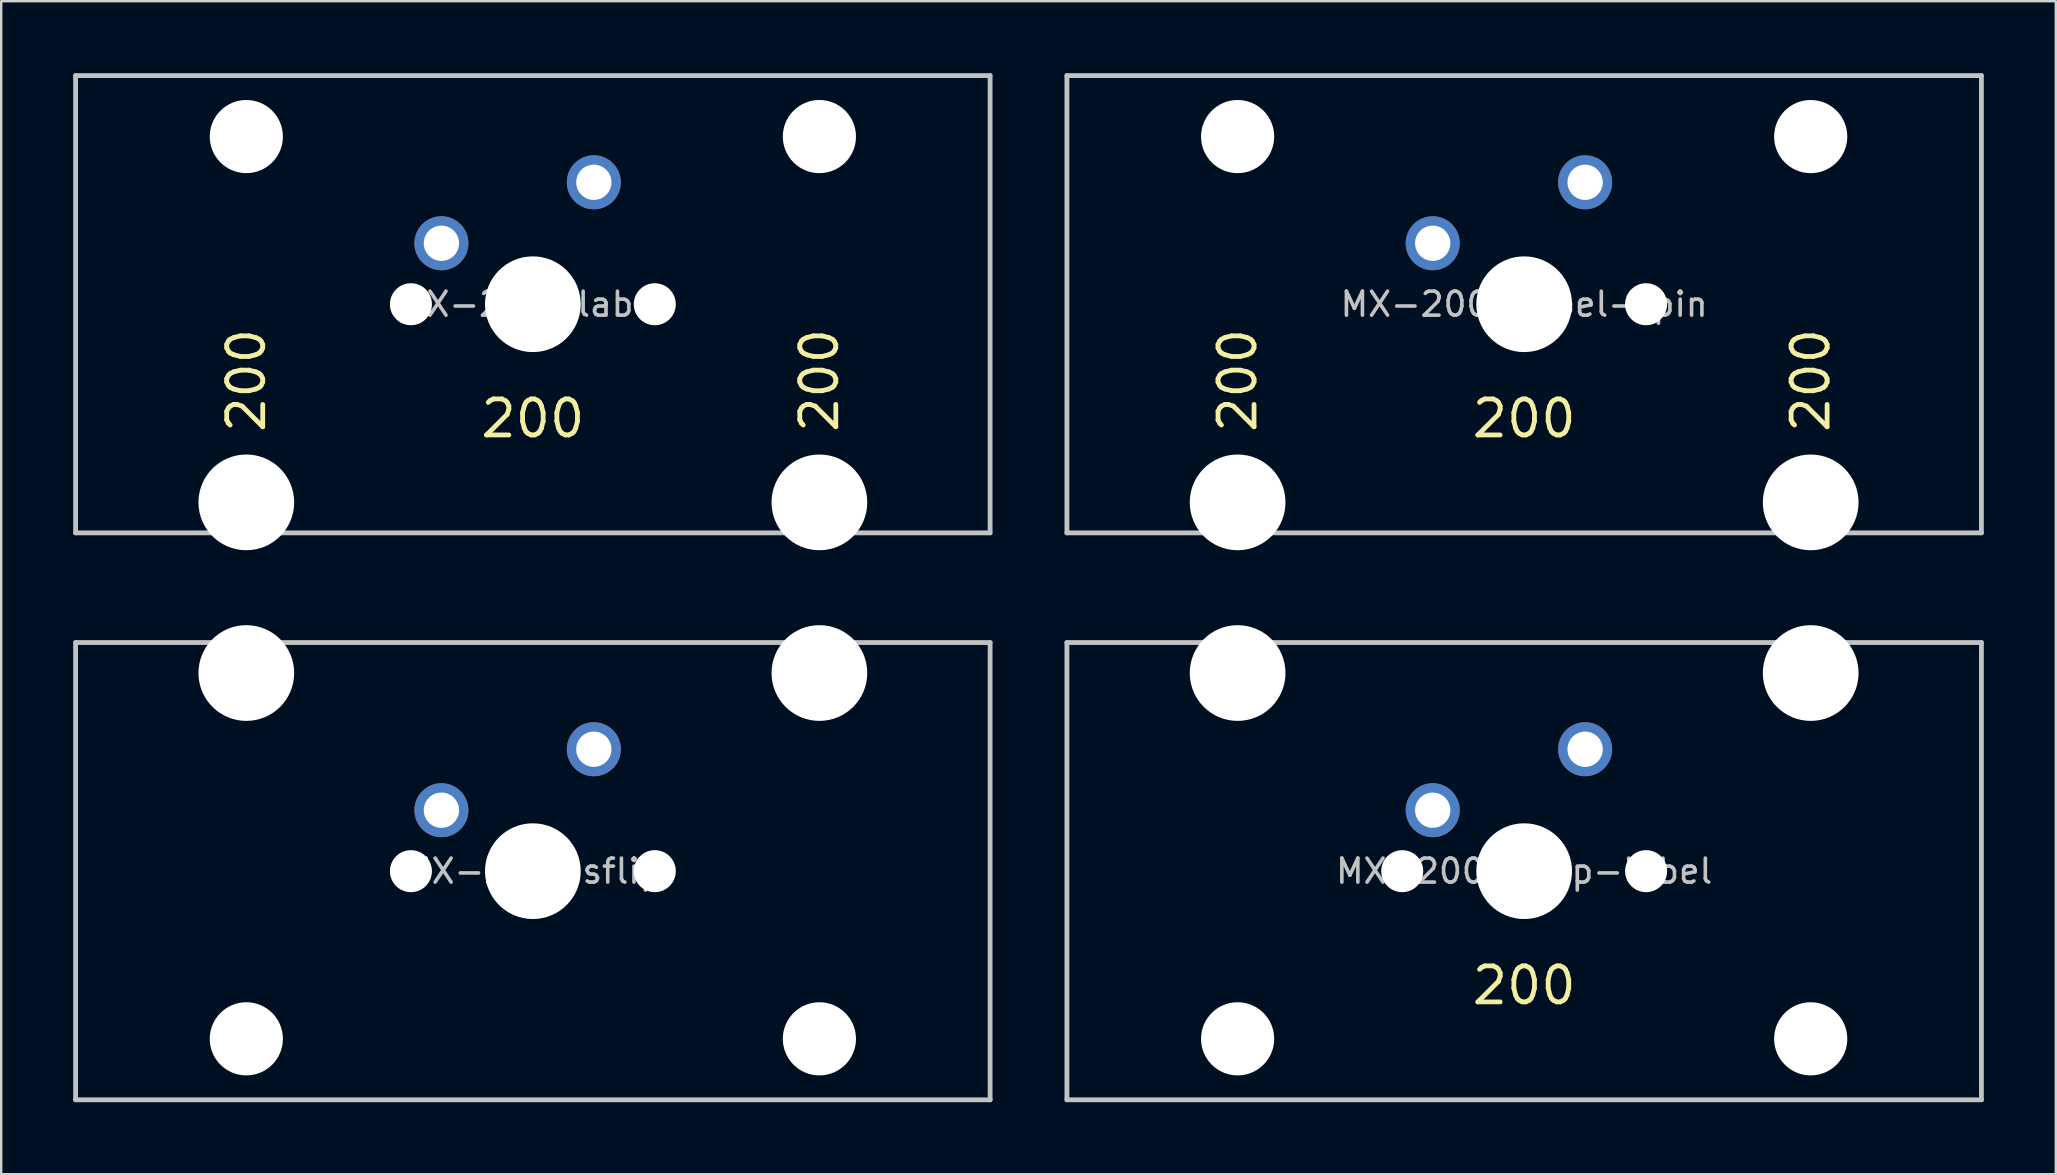
<source format=kicad_pcb>
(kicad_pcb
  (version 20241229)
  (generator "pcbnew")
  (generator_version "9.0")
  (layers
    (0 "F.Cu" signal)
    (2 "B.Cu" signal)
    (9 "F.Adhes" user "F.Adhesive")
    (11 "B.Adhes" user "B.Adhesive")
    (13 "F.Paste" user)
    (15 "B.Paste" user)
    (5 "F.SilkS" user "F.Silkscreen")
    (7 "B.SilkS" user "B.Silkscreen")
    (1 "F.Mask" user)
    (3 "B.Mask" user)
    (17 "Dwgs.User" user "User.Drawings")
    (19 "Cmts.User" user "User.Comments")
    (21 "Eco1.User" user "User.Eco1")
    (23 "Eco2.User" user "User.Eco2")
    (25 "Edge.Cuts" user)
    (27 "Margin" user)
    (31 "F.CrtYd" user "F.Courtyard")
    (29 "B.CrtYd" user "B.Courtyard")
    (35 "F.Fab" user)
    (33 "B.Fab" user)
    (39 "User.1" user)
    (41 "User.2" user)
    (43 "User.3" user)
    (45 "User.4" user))
  (footprint "MX-200-sflip-label"
    (layer "F.Cu")
    (at 60.45 33.245)
    (property "Reference" "MX-200-sflip-label" (at 0 0 0) (layer "Dwgs.User") (effects (font (size 1 1) (thickness 0.15))))
    (attr through_hole)
    (fp_line (start -19.05 -9.525) (end 19.05 -9.525) (stroke (width 0.2) (type solid)) (layer "Dwgs.User"))
    (fp_line (start -19.05 9.525) (end -19.05 -9.525) (stroke (width 0.2) (type solid)) (layer "Dwgs.User"))
    (fp_line (start -19.05 9.525) (end 19.05 9.525) (stroke (width 0.2) (type solid)) (layer "Dwgs.User"))
    (fp_line (start 19.05 -9.525) (end 19.05 9.525) (stroke (width 0.2) (type solid)) (layer "Dwgs.User"))
    (fp_line (start -15.368 -10.25) (end -15.368 8.95) (stroke (width 0.12) (type solid)) (layer "Eco1.User"))
    (fp_line (start -15.368 8.95) (end -8.508 8.95) (stroke (width 0.12) (type solid)) (layer "Eco1.User"))
    (fp_line (start -8.508 -7) (end -7 -7) (stroke (width 0.12) (type solid)) (layer "Eco1.User"))
    (fp_line (start -8.508 8.95) (end -8.508 -7) (stroke (width 0.12) (type solid)) (layer "Eco1.User"))
    (fp_line (start -7 7) (end -7 -7) (stroke (width 0.12) (type solid)) (layer "Eco1.User"))
    (fp_line (start 7 -7) (end 8.508 -7) (stroke (width 0.12) (type solid)) (layer "Eco1.User"))
    (fp_line (start 7 7) (end -7 7) (stroke (width 0.12) (type solid)) (layer "Eco1.User"))
    (fp_line (start 7 7) (end 7 -7) (stroke (width 0.12) (type solid)) (layer "Eco1.User"))
    (fp_line (start 8.508 -7) (end 8.508 8.95) (stroke (width 0.12) (type solid)) (layer "Eco1.User"))
    (fp_line (start 8.508 8.95) (end 15.368 8.95) (stroke (width 0.12) (type solid)) (layer "Eco1.User"))
    (fp_line (start 15.368 -10.25) (end -15.368 -10.25) (stroke (width 0.12) (type solid)) (layer "Eco1.User"))
    (fp_line (start 15.368 8.95) (end 15.368 -10.25) (stroke (width 0.12) (type solid)) (layer "Eco1.User"))
    (fp_circle (center -11.938 6.985) (end -14.438 6.985) (stroke (width 0.12) (type solid)) (fill no) (layer "Eco2.User"))
    (fp_circle (center 11.938 6.985) (end 9.438 6.985) (stroke (width 0.12) (type solid)) (fill no) (layer "Eco2.User"))
    (fp_text user "200" (at 0 4.763 0) (layer "F.SilkS") (effects (font (size 1.5 1.5) (thickness 0.2))))
    (pad "" np_thru_hole circle (at -11.938 -8.255 180) (size 3.988 3.988) (drill 3.988) (layers "*.Cu" "*.Mask"))
    (pad "" np_thru_hole circle (at -11.938 6.985 180) (size 3.048 3.048) (drill 3.048) (layers "*.Cu" "*.Mask"))
    (pad "" np_thru_hole circle (at -5.08 0) (size 1.75 1.75) (drill 1.75) (layers "*.Cu" "*.Mask"))
    (pad "" np_thru_hole circle (at 0 0) (size 3.988 3.988) (drill 3.988) (layers "*.Cu" "*.Mask"))
    (pad "" np_thru_hole circle (at 5.08 0) (size 1.75 1.75) (drill 1.75) (layers "*.Cu" "*.Mask"))
    (pad "" np_thru_hole circle (at 11.938 -8.255 180) (size 3.988 3.988) (drill 3.988) (layers "*.Cu" "*.Mask"))
    (pad "" np_thru_hole circle (at 11.938 6.985 180) (size 3.048 3.048) (drill 3.048) (layers "*.Cu" "*.Mask"))
    (pad "1" thru_hole circle (at 2.54 -5.08) (size 2.25 2.25) (drill 1.47) (layers "*.Cu" "B.Mask"))
    (pad "2" thru_hole circle (at -3.81 -2.54) (size 2.25 2.25) (drill 1.47) (layers "*.Cu" "B.Mask")))
  (footprint "MX-200-sflip"
    (layer "F.Cu")
    (at 19.15 33.245)
    (property "Reference" "MX-200-sflip" (at 0 0 0) (layer "Dwgs.User") (effects (font (size 1 1) (thickness 0.15))))
    (attr through_hole)
    (fp_line (start -19.05 -9.525) (end 19.05 -9.525) (stroke (width 0.2) (type solid)) (layer "Dwgs.User"))
    (fp_line (start -19.05 9.525) (end -19.05 -9.525) (stroke (width 0.2) (type solid)) (layer "Dwgs.User"))
    (fp_line (start -19.05 9.525) (end 19.05 9.525) (stroke (width 0.2) (type solid)) (layer "Dwgs.User"))
    (fp_line (start 19.05 -9.525) (end 19.05 9.525) (stroke (width 0.2) (type solid)) (layer "Dwgs.User"))
    (fp_line (start -15.368 -10.25) (end -15.368 8.95) (stroke (width 0.12) (type solid)) (layer "Eco1.User"))
    (fp_line (start -15.368 8.95) (end -8.508 8.95) (stroke (width 0.12) (type solid)) (layer "Eco1.User"))
    (fp_line (start -8.508 -7) (end -7 -7) (stroke (width 0.12) (type solid)) (layer "Eco1.User"))
    (fp_line (start -8.508 8.95) (end -8.508 -7) (stroke (width 0.12) (type solid)) (layer "Eco1.User"))
    (fp_line (start -7 7) (end -7 -7) (stroke (width 0.12) (type solid)) (layer "Eco1.User"))
    (fp_line (start 7 -7) (end 8.508 -7) (stroke (width 0.12) (type solid)) (layer "Eco1.User"))
    (fp_line (start 7 7) (end -7 7) (stroke (width 0.12) (type solid)) (layer "Eco1.User"))
    (fp_line (start 7 7) (end 7 -7) (stroke (width 0.12) (type solid)) (layer "Eco1.User"))
    (fp_line (start 8.508 -7) (end 8.508 8.95) (stroke (width 0.12) (type solid)) (layer "Eco1.User"))
    (fp_line (start 8.508 8.95) (end 15.368 8.95) (stroke (width 0.12) (type solid)) (layer "Eco1.User"))
    (fp_line (start 15.368 -10.25) (end -15.368 -10.25) (stroke (width 0.12) (type solid)) (layer "Eco1.User"))
    (fp_line (start 15.368 8.95) (end 15.368 -10.25) (stroke (width 0.12) (type solid)) (layer "Eco1.User"))
    (fp_circle (center -11.938 6.985) (end -14.438 6.985) (stroke (width 0.12) (type solid)) (fill no) (layer "Eco2.User"))
    (fp_circle (center 11.938 6.985) (end 9.438 6.985) (stroke (width 0.12) (type solid)) (fill no) (layer "Eco2.User"))
    (pad "" np_thru_hole circle (at -11.938 -8.255 180) (size 3.988 3.988) (drill 3.988) (layers "*.Cu" "*.Mask"))
    (pad "" np_thru_hole circle (at -11.938 6.985 180) (size 3.048 3.048) (drill 3.048) (layers "*.Cu" "*.Mask"))
    (pad "" np_thru_hole circle (at -5.08 0) (size 1.75 1.75) (drill 1.75) (layers "*.Cu" "*.Mask"))
    (pad "" np_thru_hole circle (at 0 0) (size 3.988 3.988) (drill 3.988) (layers "*.Cu" "*.Mask"))
    (pad "" np_thru_hole circle (at 5.08 0) (size 1.75 1.75) (drill 1.75) (layers "*.Cu" "*.Mask"))
    (pad "" np_thru_hole circle (at 11.938 -8.255 180) (size 3.988 3.988) (drill 3.988) (layers "*.Cu" "*.Mask"))
    (pad "" np_thru_hole circle (at 11.938 6.985 180) (size 3.048 3.048) (drill 3.048) (layers "*.Cu" "*.Mask"))
    (pad "1" thru_hole circle (at 2.54 -5.08) (size 2.25 2.25) (drill 1.47) (layers "*.Cu" "B.Mask"))
    (pad "2" thru_hole circle (at -3.81 -2.54) (size 2.25 2.25) (drill 1.47) (layers "*.Cu" "B.Mask")))
  (footprint "MX-200-label-rpin"
    (layer "F.Cu")
    (at 60.45 9.625)
    (property "Reference" "MX-200-label-rpin" (at 0 0 0) (layer "Dwgs.User") (effects (font (size 1 1) (thickness 0.15))))
    (attr through_hole)
    (fp_line (start -19.05 9.525) (end -19.05 -9.525) (stroke (width 0.2) (type solid)) (layer "Dwgs.User"))
    (fp_line (start 19.05 -9.525) (end -19.05 -9.525) (stroke (width 0.2) (type solid)) (layer "Dwgs.User"))
    (fp_line (start 19.05 -9.525) (end 19.05 9.525) (stroke (width 0.2) (type solid)) (layer "Dwgs.User"))
    (fp_line (start 19.05 9.525) (end -19.05 9.525) (stroke (width 0.2) (type solid)) (layer "Dwgs.User"))
    (fp_line (start -15.368 -8.95) (end -15.368 10.25) (stroke (width 0.12) (type solid)) (layer "Eco1.User"))
    (fp_line (start -15.368 10.25) (end 15.368 10.25) (stroke (width 0.12) (type solid)) (layer "Eco1.User"))
    (fp_line (start -8.508 -8.95) (end -15.368 -8.95) (stroke (width 0.12) (type solid)) (layer "Eco1.User"))
    (fp_line (start -8.508 7) (end -8.508 -8.95) (stroke (width 0.12) (type solid)) (layer "Eco1.User"))
    (fp_line (start -7 -7) (end -7 7) (stroke (width 0.12) (type solid)) (layer "Eco1.User"))
    (fp_line (start -7 -7) (end 7 -7) (stroke (width 0.12) (type solid)) (layer "Eco1.User"))
    (fp_line (start -7 7) (end -8.508 7) (stroke (width 0.12) (type solid)) (layer "Eco1.User"))
    (fp_line (start 7 -7) (end 7 7) (stroke (width 0.12) (type solid)) (layer "Eco1.User"))
    (fp_line (start 8.508 -8.95) (end 8.508 7) (stroke (width 0.12) (type solid)) (layer "Eco1.User"))
    (fp_line (start 8.508 7) (end 7 7) (stroke (width 0.12) (type solid)) (layer "Eco1.User"))
    (fp_line (start 15.368 -8.95) (end 8.508 -8.95) (stroke (width 0.12) (type solid)) (layer "Eco1.User"))
    (fp_line (start 15.368 10.25) (end 15.368 -8.95) (stroke (width 0.12) (type solid)) (layer "Eco1.User"))
    (fp_circle (center -11.938 -6.985) (end -9.438 -6.985) (stroke (width 0.12) (type solid)) (fill no) (layer "Eco2.User"))
    (fp_circle (center 11.938 -6.985) (end 14.438 -6.985) (stroke (width 0.12) (type solid)) (fill no) (layer "Eco2.User"))
    (fp_text user "200" (at -11.938 3.175 90) (layer "F.SilkS") (effects (font (size 1.5 1.5) (thickness 0.2))))
    (fp_text user "200" (at 11.938 3.175 90) (layer "F.SilkS") (effects (font (size 1.5 1.5) (thickness 0.2))))
    (fp_text user "200" (at 0 4.763 0) (layer "F.SilkS") (effects (font (size 1.5 1.5) (thickness 0.2))))
    (pad "" np_thru_hole circle (at -11.938 -6.985) (size 3.048 3.048) (drill 3.048) (layers "*.Cu" "*.Mask"))
    (pad "" np_thru_hole circle (at -11.938 8.255) (size 3.988 3.988) (drill 3.988) (layers "*.Cu" "*.Mask"))
    (pad "" np_thru_hole circle (at 0 0) (size 3.988 3.988) (drill 3.988) (layers "*.Cu" "*.Mask"))
    (pad "" np_thru_hole circle (at 5.08 0) (size 1.75 1.75) (drill 1.75) (layers "*.Cu" "*.Mask"))
    (pad "" np_thru_hole circle (at 11.938 -6.985) (size 3.048 3.048) (drill 3.048) (layers "*.Cu" "*.Mask"))
    (pad "" np_thru_hole circle (at 11.938 8.255) (size 3.988 3.988) (drill 3.988) (layers "*.Cu" "*.Mask"))
    (pad "1" thru_hole circle (at 2.54 -5.08) (size 2.25 2.25) (drill 1.47) (layers "*.Cu" "B.Mask"))
    (pad "2" thru_hole circle (at -3.81 -2.54) (size 2.25 2.25) (drill 1.47) (layers "*.Cu" "B.Mask")))
  (footprint "MX-200-label"
    (layer "F.Cu")
    (at 19.15 9.625)
    (property "Reference" "MX-200-label" (at 0 0 0) (layer "Dwgs.User") (effects (font (size 1 1) (thickness 0.15))))
    (attr through_hole)
    (fp_line (start -19.05 9.525) (end -19.05 -9.525) (stroke (width 0.2) (type solid)) (layer "Dwgs.User"))
    (fp_line (start 19.05 -9.525) (end -19.05 -9.525) (stroke (width 0.2) (type solid)) (layer "Dwgs.User"))
    (fp_line (start 19.05 -9.525) (end 19.05 9.525) (stroke (width 0.2) (type solid)) (layer "Dwgs.User"))
    (fp_line (start 19.05 9.525) (end -19.05 9.525) (stroke (width 0.2) (type solid)) (layer "Dwgs.User"))
    (fp_line (start -15.368 -8.95) (end -15.368 10.25) (stroke (width 0.12) (type solid)) (layer "Eco1.User"))
    (fp_line (start -15.368 10.25) (end 15.368 10.25) (stroke (width 0.12) (type solid)) (layer "Eco1.User"))
    (fp_line (start -8.508 -8.95) (end -15.368 -8.95) (stroke (width 0.12) (type solid)) (layer "Eco1.User"))
    (fp_line (start -8.508 7) (end -8.508 -8.95) (stroke (width 0.12) (type solid)) (layer "Eco1.User"))
    (fp_line (start -7 -7) (end -7 7) (stroke (width 0.12) (type solid)) (layer "Eco1.User"))
    (fp_line (start -7 -7) (end 7 -7) (stroke (width 0.12) (type solid)) (layer "Eco1.User"))
    (fp_line (start -7 7) (end -8.508 7) (stroke (width 0.12) (type solid)) (layer "Eco1.User"))
    (fp_line (start 7 -7) (end 7 7) (stroke (width 0.12) (type solid)) (layer "Eco1.User"))
    (fp_line (start 8.508 -8.95) (end 8.508 7) (stroke (width 0.12) (type solid)) (layer "Eco1.User"))
    (fp_line (start 8.508 7) (end 7 7) (stroke (width 0.12) (type solid)) (layer "Eco1.User"))
    (fp_line (start 15.368 -8.95) (end 8.508 -8.95) (stroke (width 0.12) (type solid)) (layer "Eco1.User"))
    (fp_line (start 15.368 10.25) (end 15.368 -8.95) (stroke (width 0.12) (type solid)) (layer "Eco1.User"))
    (fp_circle (center -11.938 -6.985) (end -9.438 -6.985) (stroke (width 0.12) (type solid)) (fill no) (layer "Eco2.User"))
    (fp_circle (center 11.938 -6.985) (end 14.438 -6.985) (stroke (width 0.12) (type solid)) (fill no) (layer "Eco2.User"))
    (fp_text user "200" (at -11.938 3.175 90) (layer "F.SilkS") (effects (font (size 1.5 1.5) (thickness 0.2))))
    (fp_text user "200" (at 11.938 3.175 90) (layer "F.SilkS") (effects (font (size 1.5 1.5) (thickness 0.2))))
    (fp_text user "200" (at 0 4.763 0) (layer "F.SilkS") (effects (font (size 1.5 1.5) (thickness 0.2))))
    (pad "" np_thru_hole circle (at -11.938 -6.985) (size 3.048 3.048) (drill 3.048) (layers "*.Cu" "*.Mask"))
    (pad "" np_thru_hole circle (at -11.938 8.255) (size 3.988 3.988) (drill 3.988) (layers "*.Cu" "*.Mask"))
    (pad "" np_thru_hole circle (at -5.08 0) (size 1.75 1.75) (drill 1.75) (layers "*.Cu" "*.Mask"))
    (pad "" np_thru_hole circle (at 0 0) (size 3.988 3.988) (drill 3.988) (layers "*.Cu" "*.Mask"))
    (pad "" np_thru_hole circle (at 5.08 0) (size 1.75 1.75) (drill 1.75) (layers "*.Cu" "*.Mask"))
    (pad "" np_thru_hole circle (at 11.938 -6.985) (size 3.048 3.048) (drill 3.048) (layers "*.Cu" "*.Mask"))
    (pad "" np_thru_hole circle (at 11.938 8.255) (size 3.988 3.988) (drill 3.988) (layers "*.Cu" "*.Mask"))
    (pad "1" thru_hole circle (at 2.54 -5.08) (size 2.25 2.25) (drill 1.47) (layers "*.Cu" "B.Mask"))
    (pad "2" thru_hole circle (at -3.81 -2.54) (size 2.25 2.25) (drill 1.47) (layers "*.Cu" "B.Mask")))
  (gr_rect
    (start -3 -3)
    (end 82.6 45.87)
    (stroke (width 0.1) (type default))
    (fill no)
    (layer "Edge.Cuts")))
</source>
